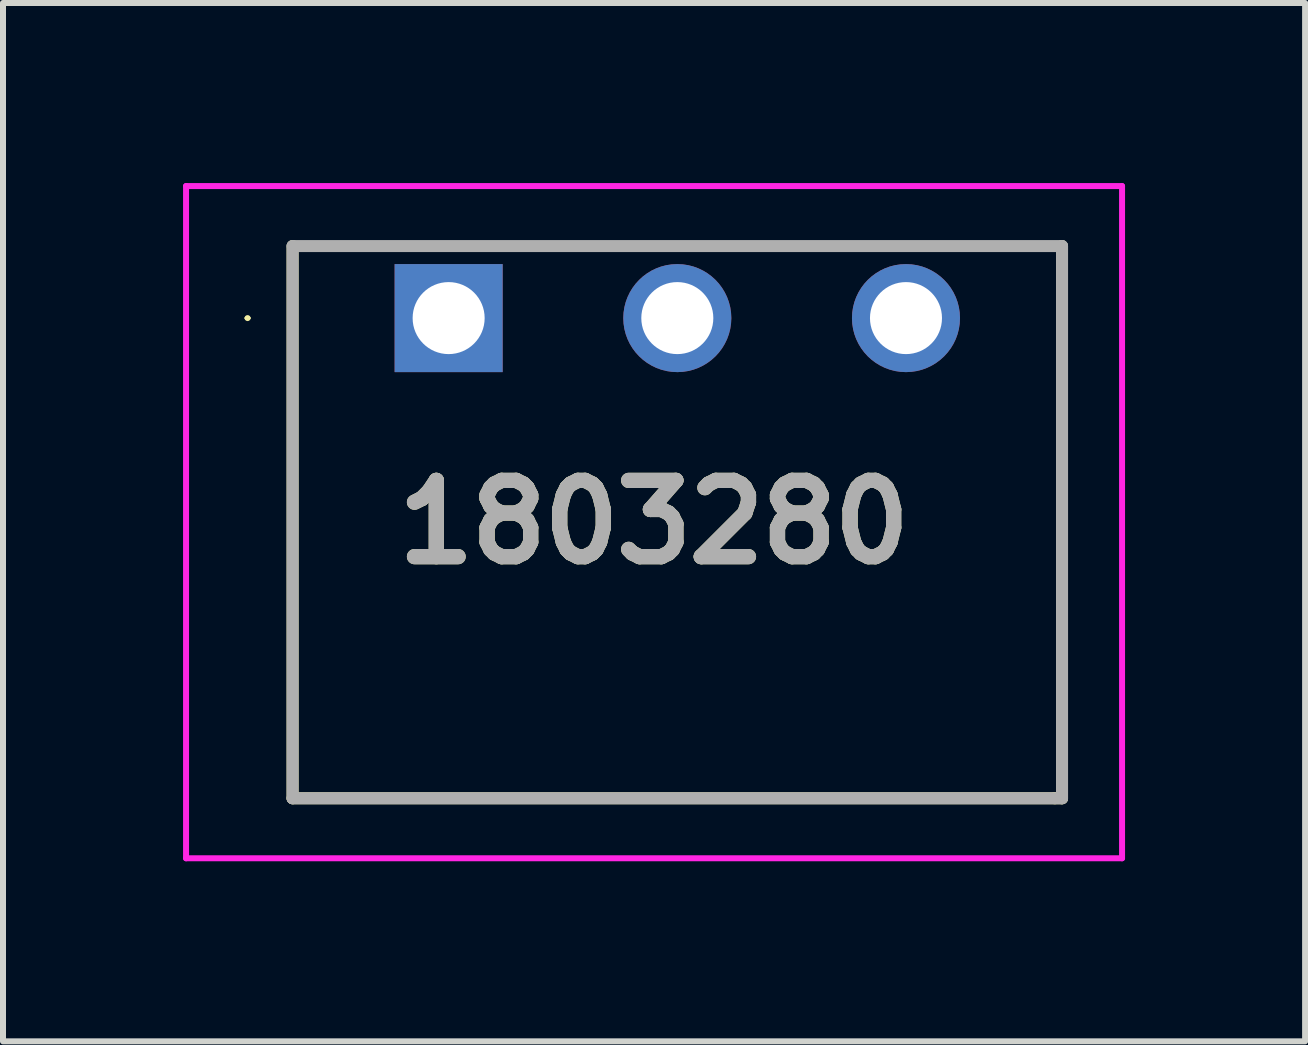
<source format=kicad_pcb>
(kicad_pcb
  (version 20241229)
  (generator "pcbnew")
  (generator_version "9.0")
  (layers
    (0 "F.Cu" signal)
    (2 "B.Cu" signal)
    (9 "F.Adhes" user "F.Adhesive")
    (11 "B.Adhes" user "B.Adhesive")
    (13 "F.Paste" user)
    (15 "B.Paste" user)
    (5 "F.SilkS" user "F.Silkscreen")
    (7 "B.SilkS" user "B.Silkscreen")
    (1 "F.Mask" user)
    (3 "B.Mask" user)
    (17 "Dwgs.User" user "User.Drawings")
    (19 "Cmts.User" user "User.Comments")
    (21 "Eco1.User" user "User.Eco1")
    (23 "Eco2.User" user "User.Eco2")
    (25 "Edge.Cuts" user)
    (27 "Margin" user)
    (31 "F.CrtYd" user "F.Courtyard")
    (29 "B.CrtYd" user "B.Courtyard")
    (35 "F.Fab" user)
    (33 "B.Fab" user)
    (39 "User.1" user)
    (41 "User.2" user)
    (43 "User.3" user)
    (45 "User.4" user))
  (footprint "1803280"
    (layer "F.Cu")
    (at 4.425 2.25)
    (property "Reference" "1803280" (at 3.423 3.4 0) (layer "F.SilkS") (effects (font (size 1.27 1.27) (thickness 0.254))))
    (attr through_hole)
    (fp_line (start -3.375 0) (end -3.375 0) (stroke (width 0.05) (type solid)) (layer "F.SilkS"))
    (fp_line (start -3.325 0) (end -3.325 0) (stroke (width 0.05) (type solid)) (layer "F.SilkS"))
    (fp_line (start -2.6 -1.2) (end -2.6 8) (stroke (width 0.2) (type solid)) (layer "F.SilkS"))
    (fp_line (start -2.6 8) (end 10.1 8) (stroke (width 0.2) (type solid)) (layer "F.SilkS"))
    (fp_line (start 10.1 8) (end 10.22 8) (stroke (width 0.2) (type solid)) (layer "F.SilkS"))
    (fp_line (start 10.22 8) (end 10.22 -1.2) (stroke (width 0.2) (type solid)) (layer "F.SilkS"))
    (fp_arc (start -3.375 0) (mid -3.35 -0.025) (end -3.325 0) (stroke (width 0.05) (type solid)) (layer "F.SilkS"))
    (fp_arc (start -3.325 0) (mid -3.35 0.025) (end -3.375 0) (stroke (width 0.05) (type solid)) (layer "F.SilkS"))
    (fp_line (start -4.375 -2.2) (end 11.22 -2.2) (stroke (width 0.1) (type solid)) (layer "F.CrtYd"))
    (fp_line (start -4.375 9) (end -4.375 -2.2) (stroke (width 0.1) (type solid)) (layer "F.CrtYd"))
    (fp_line (start 11.22 -2.2) (end 11.22 9) (stroke (width 0.1) (type solid)) (layer "F.CrtYd"))
    (fp_line (start 11.22 9) (end -4.375 9) (stroke (width 0.1) (type solid)) (layer "F.CrtYd"))
    (fp_line (start -2.6 -1.2) (end 10.22 -1.2) (stroke (width 0.2) (type solid)) (layer "F.Fab"))
    (fp_line (start -2.6 8) (end -2.6 -1.2) (stroke (width 0.2) (type solid)) (layer "F.Fab"))
    (fp_line (start 10.22 -1.2) (end 10.22 8) (stroke (width 0.2) (type solid)) (layer "F.Fab"))
    (fp_line (start 10.22 8) (end -2.6 8) (stroke (width 0.2) (type solid)) (layer "F.Fab"))
    (fp_text user "${REFERENCE}" (at 3.423 3.4 0) (layer "F.Fab") (effects (font (size 1.27 1.27) (thickness 0.254))))
    (pad "1" thru_hole rect (at 0 0) (size 1.8 1.8) (drill 1.2) (layers "*.Cu" "*.Mask"))
    (pad "2" thru_hole circle (at 3.81 0) (size 1.8 1.8) (drill 1.2) (layers "*.Cu" "*.Mask"))
    (pad "3" thru_hole circle (at 7.62 0) (size 1.8 1.8) (drill 1.2) (layers "*.Cu" "*.Mask")))
  (gr_rect
    (start -3 -3)
    (end 18.695 14.3)
    (stroke (width 0.1) (type default))
    (fill no)
    (layer "Edge.Cuts")))
</source>
